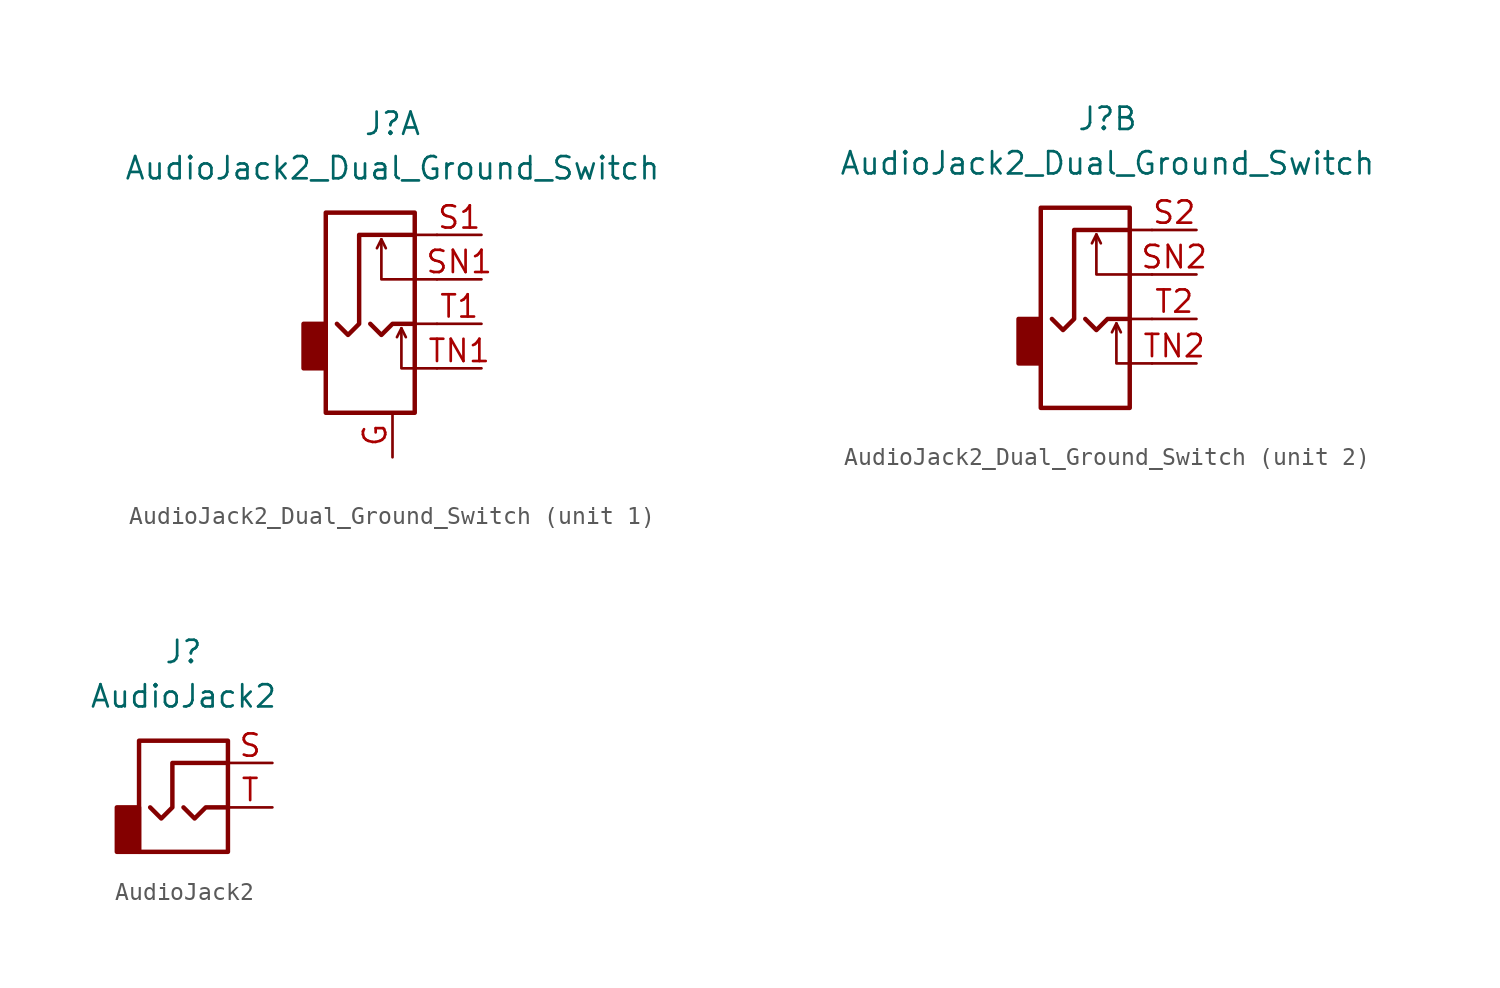
<source format=kicad_sym>
(kicad_symbol_lib
  (version 20211014)
  (generator kicad_symbol_editor)
  (symbol "AudioJack2_Dual_Ground_Switch"
    (property "Reference" "J"
      (at 0 11.43 0)
      (effects (font (size 1.27 1.27))))
    (property "Value" "AudioJack2_Dual_Ground_Switch"
      (at 0 8.89 0)
      (effects (font (size 1.27 1.27))))
    (symbol "AudioJack2_Dual_Ground_Switch_0_1"
      (rectangle (start -5.08 0) (end -3.81 -2.54) (stroke (width 0.254) (type default) (color 0 0 0 0)) (fill (type outline)))
      (polyline (pts (xy -0.635 4.826) (xy -0.381 4.318)) (stroke (width 0) (type default) (color 0 0 0 0)) (fill (type none)))
      (polyline (pts (xy 0.508 -0.254) (xy 0.762 -0.762)) (stroke (width 0) (type default) (color 0 0 0 0)) (fill (type none)))
      (polyline (pts (xy 1.27 -2.54) (xy 2.54 -2.54)) (stroke (width 0) (type default) (color 0 0 0 0)) (fill (type none)))
      (polyline (pts (xy 1.27 2.54) (xy 2.54 2.54)) (stroke (width 0) (type default) (color 0 0 0 0)) (fill (type none)))
      (polyline (pts (xy 2.54 0) (xy 1.27 0)) (stroke (width 0) (type default) (color 0 0 0 0)) (fill (type none)))
      (polyline (pts (xy 2.54 5.08) (xy 1.27 5.08)) (stroke (width 0) (type default) (color 0 0 0 0)) (fill (type none)))
      (polyline (pts (xy -1.27 0) (xy -0.635 -0.635) (xy 0 0) (xy 1.27 0)) (stroke (width 0.254) (type default) (color 0 0 0 0)) (fill (type none)))
      (polyline (pts (xy 1.27 -2.54) (xy 0.508 -2.54) (xy 0.508 -0.254) (xy 0.254 -0.762)) (stroke (width 0) (type default) (color 0 0 0 0)) (fill (type none)))
      (polyline (pts (xy 1.27 2.54) (xy -0.635 2.54) (xy -0.635 4.826) (xy -0.889 4.318)) (stroke (width 0) (type default) (color 0 0 0 0)) (fill (type none)))
      (polyline (pts (xy 1.27 5.08) (xy -1.905 5.08) (xy -1.905 0) (xy -2.54 -0.635) (xy -3.175 0)) (stroke (width 0.254) (type default) (color 0 0 0 0)) (fill (type none)))
      (rectangle (start 1.27 6.35) (end -3.81 -5.08) (stroke (width 0.254) (type default) (color 0 0 0 0)) (fill (type none))))
    (symbol "AudioJack2_Dual_Ground_Switch_1_1"
      (pin passive line (at 0 -7.62 90) (length 2.54) (name "~" (effects (font (size 1.27 1.27)))) (number "G" (effects (font (size 1.27 1.27)))))
      (pin passive line (at 5.08 5.08 180) (length 2.54) (name "~" (effects (font (size 1.27 1.27)))) (number "S1" (effects (font (size 1.27 1.27)))))
      (pin passive line (at 5.08 2.54 180) (length 2.54) (name "~" (effects (font (size 1.27 1.27)))) (number "SN1" (effects (font (size 1.27 1.27)))))
      (pin passive line (at 5.08 0 180) (length 2.54) (name "~" (effects (font (size 1.27 1.27)))) (number "T1" (effects (font (size 1.27 1.27)))))
      (pin passive line (at 5.08 -2.54 180) (length 2.54) (name "~" (effects (font (size 1.27 1.27)))) (number "TN1" (effects (font (size 1.27 1.27))))))
    (symbol "AudioJack2_Dual_Ground_Switch_2_1"
      (pin passive line (at 5.08 5.08 180) (length 2.54) (name "~" (effects (font (size 1.27 1.27)))) (number "S2" (effects (font (size 1.27 1.27)))))
      (pin passive line (at 5.08 2.54 180) (length 2.54) (name "~" (effects (font (size 1.27 1.27)))) (number "SN2" (effects (font (size 1.27 1.27)))))
      (pin passive line (at 5.08 0 180) (length 2.54) (name "~" (effects (font (size 1.27 1.27)))) (number "T2" (effects (font (size 1.27 1.27)))))
      (pin passive line (at 5.08 -2.54 180) (length 2.54) (name "~" (effects (font (size 1.27 1.27)))) (number "TN2" (effects (font (size 1.27 1.27)))))))
  (symbol "AudioJack2"
    (property "Reference" "J"
      (at 0 8.89 0)
      (effects (font (size 1.27 1.27))))
    (property "Value" "AudioJack2"
      (at 0 6.35 0)
      (effects (font (size 1.27 1.27))))
    (symbol "AudioJack2_0_1"
      (rectangle (start -3.81 0) (end -2.54 -2.54) (stroke (width 0.254) (type default) (color 0 0 0 0)) (fill (type outline)))
      (rectangle (start -2.54 3.81) (end 2.54 -2.54) (stroke (width 0.254) (type default) (color 0 0 0 0)) (fill (type none)))
      (polyline (pts (xy 0 0) (xy 0.635 -0.635) (xy 1.27 0) (xy 2.54 0)) (stroke (width 0.254) (type default) (color 0 0 0 0)) (fill (type none)))
      (polyline (pts (xy 2.54 2.54) (xy -0.635 2.54) (xy -0.635 0) (xy -1.27 -0.635) (xy -1.905 0)) (stroke (width 0.254) (type default) (color 0 0 0 0)) (fill (type none))))
    (symbol "AudioJack2_1_1"
      (pin passive line (at 5.08 2.54 180) (length 2.54) (name "~" (effects (font (size 1.27 1.27)))) (number "S" (effects (font (size 1.27 1.27)))))
      (pin passive line (at 5.08 0 180) (length 2.54) (name "~" (effects (font (size 1.27 1.27)))) (number "T" (effects (font (size 1.27 1.27))))))))
</source>
